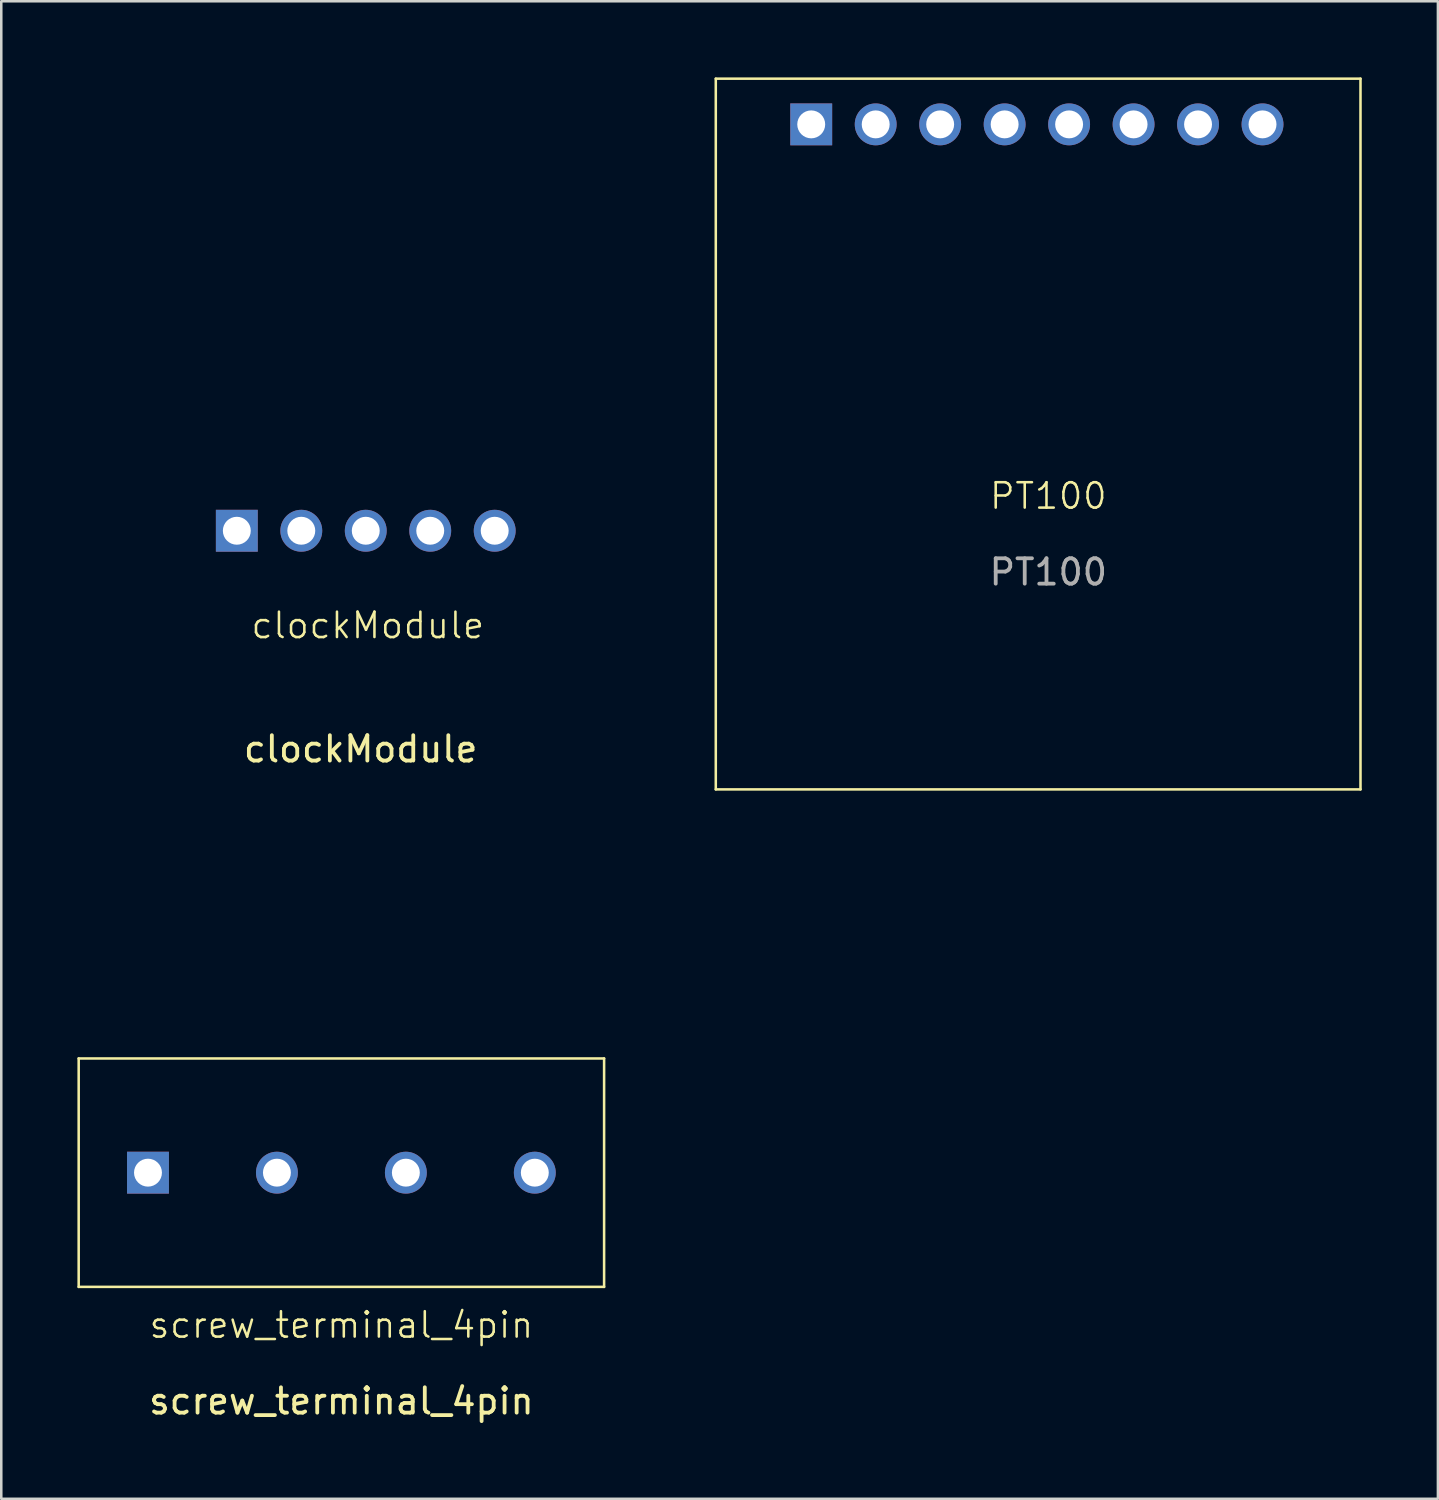
<source format=kicad_pcb>
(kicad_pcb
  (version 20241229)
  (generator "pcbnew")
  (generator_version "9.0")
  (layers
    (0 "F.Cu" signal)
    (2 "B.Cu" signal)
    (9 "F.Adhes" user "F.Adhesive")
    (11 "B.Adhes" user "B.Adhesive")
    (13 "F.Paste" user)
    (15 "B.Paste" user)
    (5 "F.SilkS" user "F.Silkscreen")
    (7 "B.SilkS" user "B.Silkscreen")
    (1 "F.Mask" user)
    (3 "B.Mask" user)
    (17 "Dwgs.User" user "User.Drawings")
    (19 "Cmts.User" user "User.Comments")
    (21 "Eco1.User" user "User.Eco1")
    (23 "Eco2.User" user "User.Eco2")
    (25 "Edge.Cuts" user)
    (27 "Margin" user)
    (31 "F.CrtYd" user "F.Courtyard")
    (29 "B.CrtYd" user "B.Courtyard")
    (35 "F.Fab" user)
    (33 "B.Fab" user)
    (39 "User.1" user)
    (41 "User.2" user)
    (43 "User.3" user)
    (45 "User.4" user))
  (footprint "clockModule"
    (layer "F.Cu")
    (at 11.39 17.77)
    (property "Reference" "clockModule" (at 0.05 3.82 0) (unlocked yes) (layer "F.SilkS") (effects (font (size 1 1) (thickness 0.1))))
    (attr through_hole)
    (fp_line (start -11.34 -17.72) (end 10.66 -17.72) (stroke (width 0.1) (type default)) (layer "User.1"))
    (fp_line (start -11.34 17.78) (end -11.34 -17.72) (stroke (width 0.1) (type default)) (layer "User.1"))
    (fp_line (start 10.66 -17.72) (end 10.66 17.78) (stroke (width 0.1) (type default)) (layer "User.1"))
    (fp_line (start 10.66 17.78) (end -11.34 17.78) (stroke (width 0.1) (type default)) (layer "User.1"))
    (fp_text user "${REFERENCE}" (at -0.23 8.69 0) (unlocked yes) (layer "F.SilkS") (effects (font (size 1 1) (thickness 0.15))))
    (pad "1" thru_hole rect (at -5.11 0.09) (size 1.65 1.65) (drill 1.1) (layers "*.Cu" "*.Mask"))
    (pad "2" thru_hole circle (at -2.57 0.09) (size 1.65 1.65) (drill 1.1) (layers "*.Cu" "*.Mask"))
    (pad "3" thru_hole circle (at -0.03 0.09) (size 1.65 1.65) (drill 1.1) (layers "*.Cu" "*.Mask"))
    (pad "4" thru_hole circle (at 2.51 0.09) (size 1.65 1.65) (drill 1.1) (layers "*.Cu" "*.Mask"))
    (pad "5" thru_hole circle (at 5.05 0.09) (size 1.65 1.65) (drill 1.1) (layers "*.Cu" "*.Mask")))
  (footprint "screw_terminal_4pin"
    (layer "F.Cu")
    (at 10.4 43.15)
    (property "Reference" "screw_terminal_4pin" (at 0 6 0) (unlocked yes) (layer "F.SilkS") (effects (font (size 1 1) (thickness 0.1))))
    (attr through_hole)
    (fp_line (start -10.35 -4.5) (end -10.35 4.5) (stroke (width 0.1) (type default)) (layer "F.SilkS"))
    (fp_line (start -10.35 -4.5) (end 10.35 -4.5) (stroke (width 0.1) (type default)) (layer "F.SilkS"))
    (fp_line (start -10.35 4.5) (end 10.35 4.5) (stroke (width 0.1) (type default)) (layer "F.SilkS"))
    (fp_line (start 10.35 -4.5) (end 10.35 4.5) (stroke (width 0.1) (type default)) (layer "F.SilkS"))
    (fp_text user "${REFERENCE}" (at 0 9 0) (unlocked yes) (layer "F.SilkS") (effects (font (size 1 1) (thickness 0.15))))
    (pad "1" thru_hole rect (at -7.62 0) (size 1.65 1.65) (drill 1.1) (layers "*.Cu" "*.Mask"))
    (pad "2" thru_hole circle (at -2.54 0) (size 1.65 1.65) (drill 1.1) (layers "*.Cu" "*.Mask"))
    (pad "3" thru_hole circle (at 2.54 0) (size 1.65 1.65) (drill 1.1) (layers "*.Cu" "*.Mask"))
    (pad "4" thru_hole circle (at 7.62 0) (size 1.65 1.65) (drill 1.1) (layers "*.Cu" "*.Mask")))
  (footprint "PT100"
    (layer "F.Cu")
    (at 37.85 17.85)
    (property "Reference" "PT100" (at 0.4 -1.36 0) (unlocked yes) (layer "F.SilkS") (effects (font (size 1 1) (thickness 0.1))))
    (attr through_hole)
    (fp_line (start -12.7 10.2) (end -12.7 -17.8) (stroke (width 0.1) (type default)) (layer "F.SilkS"))
    (fp_line (start -12.7 10.2) (end 12.7 10.2) (stroke (width 0.1) (type default)) (layer "F.SilkS"))
    (fp_line (start 12.7 -17.8) (end -12.7 -17.8) (stroke (width 0.1) (type default)) (layer "F.SilkS"))
    (fp_line (start 12.7 10.2) (end 12.7 -17.8) (stroke (width 0.1) (type default)) (layer "F.SilkS"))
    (fp_text user "${REFERENCE}" (at 0.4 1.64 0) (unlocked yes) (layer "F.Fab") (effects (font (size 1 1) (thickness 0.15))))
    (pad "1" thru_hole rect (at -8.94 -16) (size 1.65 1.65) (drill 1.1) (layers "*.Cu" "*.Mask"))
    (pad "2" thru_hole circle (at -6.4 -16) (size 1.65 1.65) (drill 1.1) (layers "*.Cu" "*.Mask"))
    (pad "3" thru_hole circle (at -3.86 -16) (size 1.65 1.65) (drill 1.1) (layers "*.Cu" "*.Mask"))
    (pad "4" thru_hole circle (at -1.32 -16) (size 1.65 1.65) (drill 1.1) (layers "*.Cu" "*.Mask"))
    (pad "5" thru_hole circle (at 1.22 -16) (size 1.65 1.65) (drill 1.1) (layers "*.Cu" "*.Mask"))
    (pad "6" thru_hole circle (at 3.76 -16) (size 1.65 1.65) (drill 1.1) (layers "*.Cu" "*.Mask"))
    (pad "7" thru_hole circle (at 6.3 -16) (size 1.65 1.65) (drill 1.1) (layers "*.Cu" "*.Mask"))
    (pad "8" thru_hole circle (at 8.84 -16) (size 1.65 1.65) (drill 1.1) (layers "*.Cu" "*.Mask")))
  (gr_rect
    (start -3 -3)
    (end 53.6 55.998)
    (stroke (width 0.1) (type default))
    (fill no)
    (layer "Edge.Cuts")))
</source>
